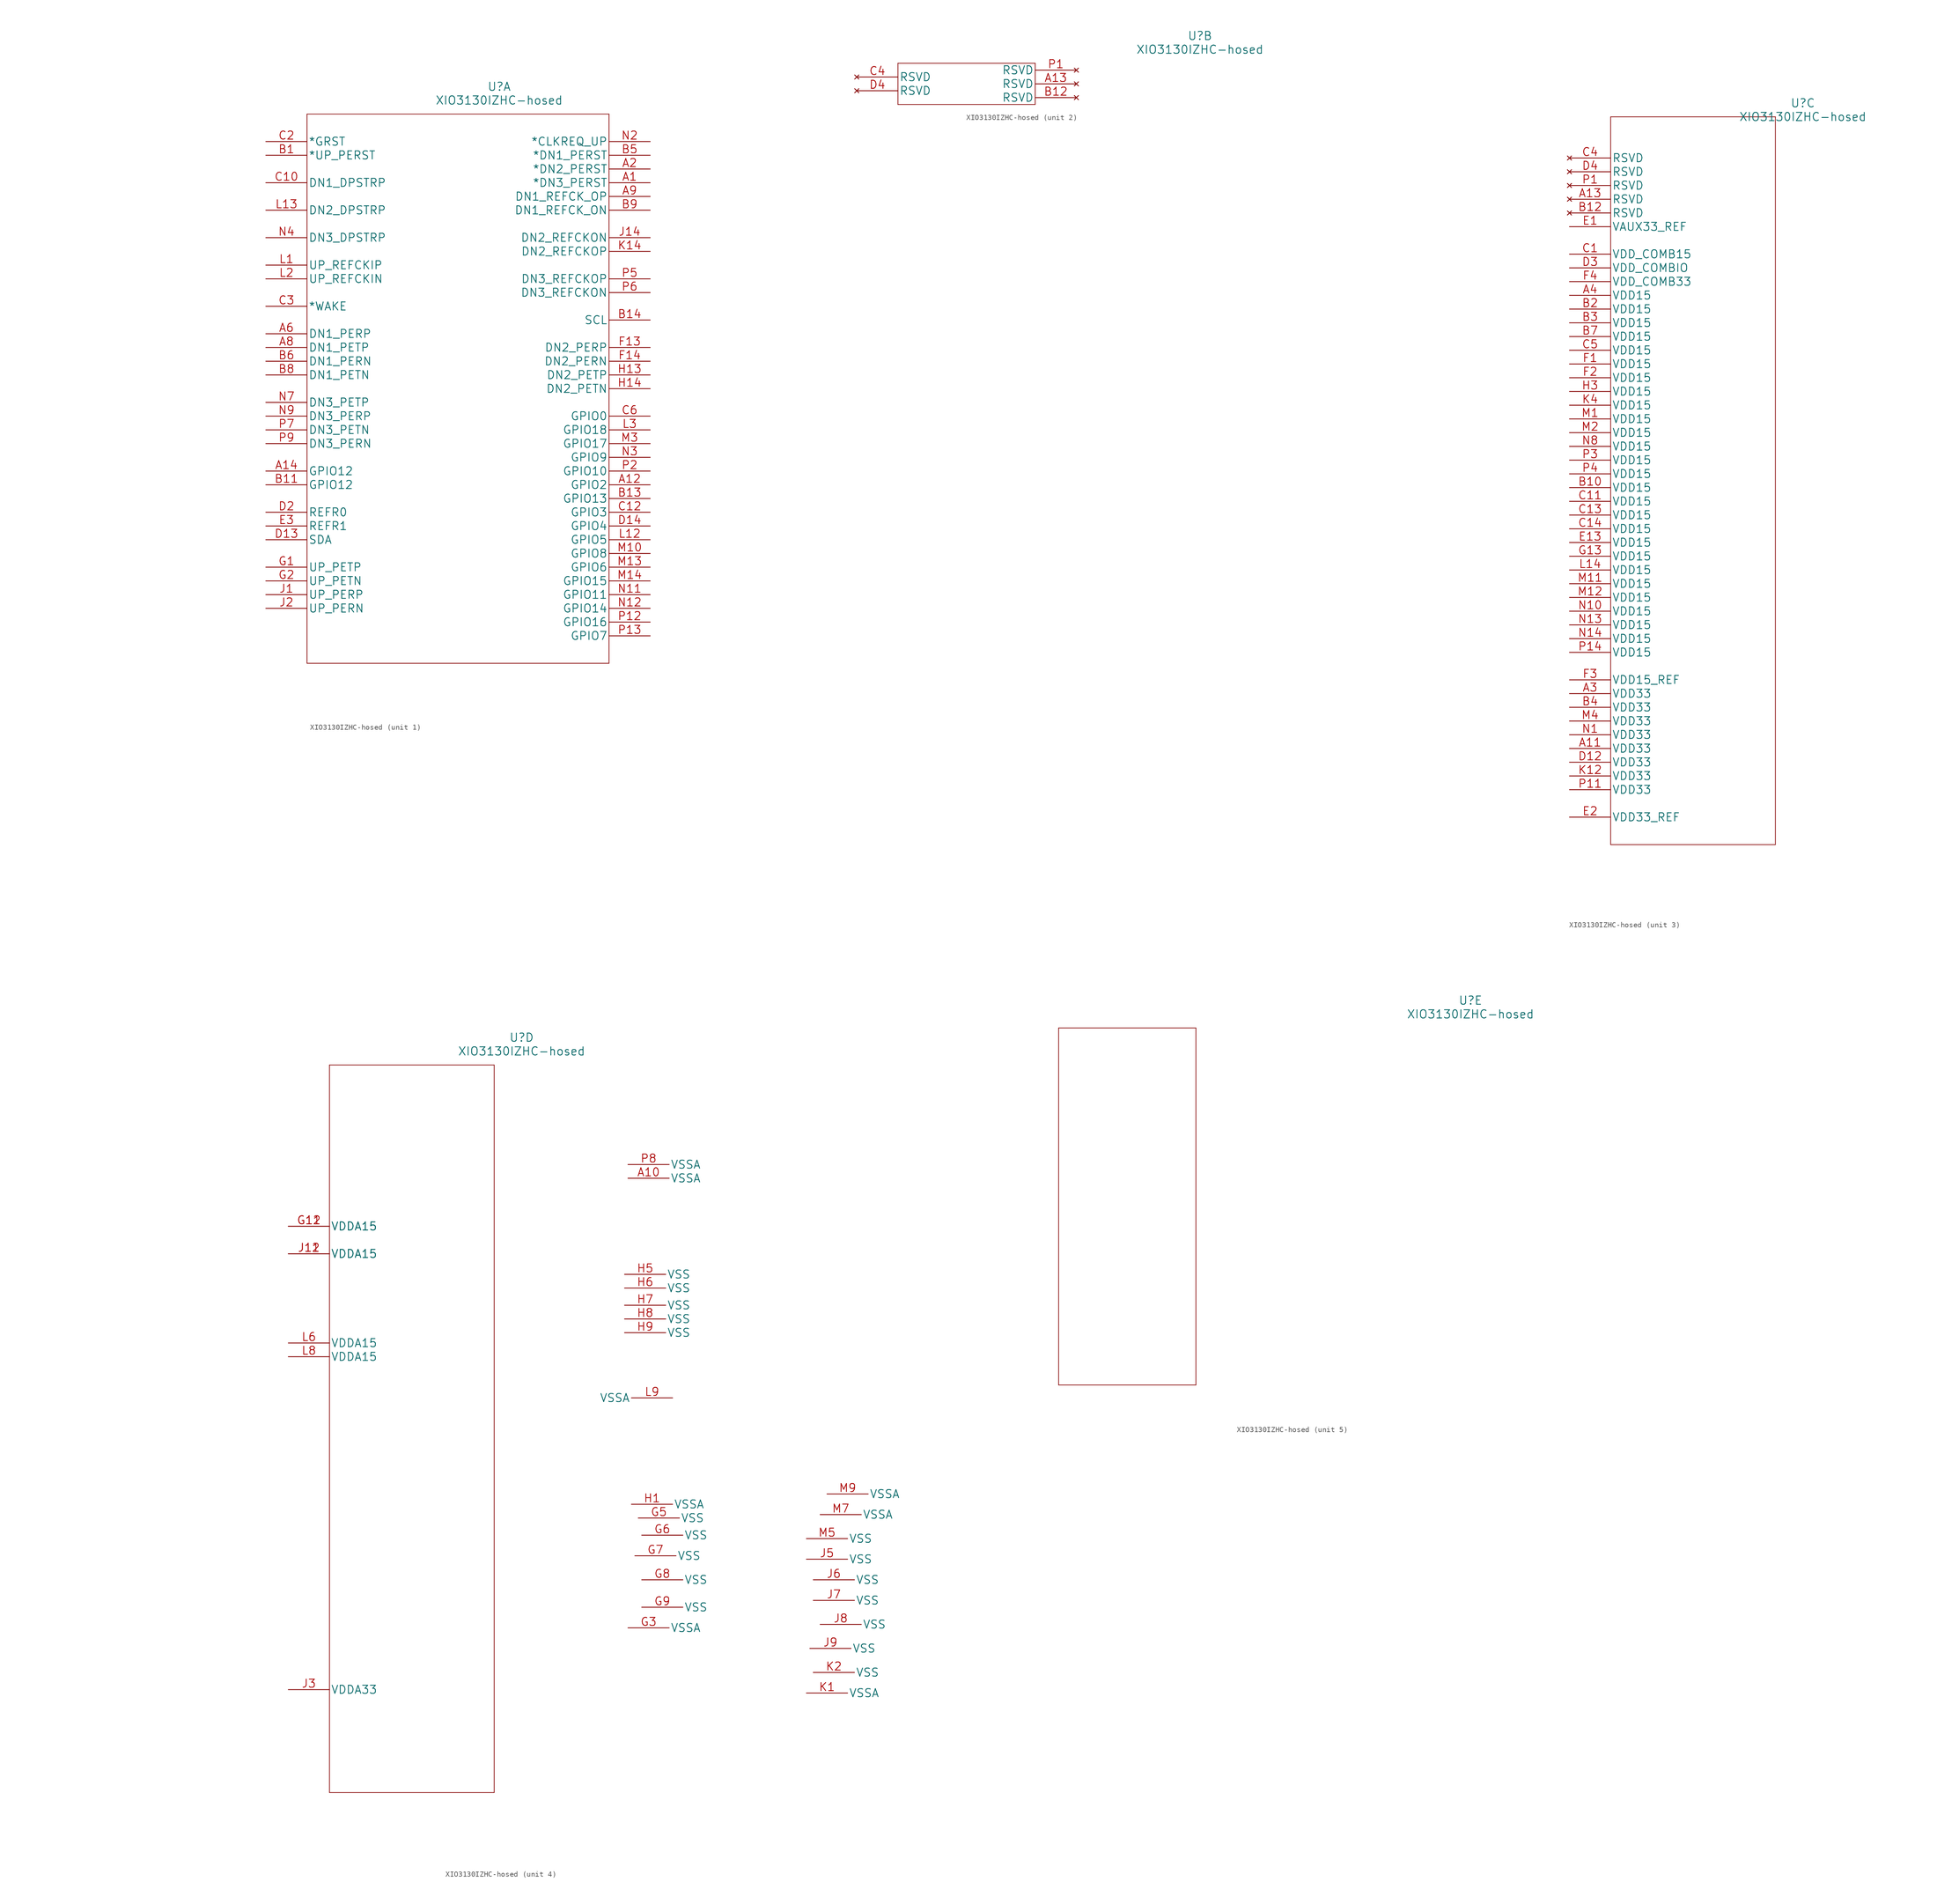
<source format=kicad_sym>
(kicad_symbol_lib
  (version 20201005)
  (generator kicad_symbol_editor)
  (symbol "AP3500:XIO3130IZHC-hosed"
    (pin_names
      (offset 0.254))
    (property "Reference" "U"
      (at 43.18 10.16 0)
      (effects (font (size 1.524 1.524))))
    (property "Value" "XIO3130IZHC-hosed"
      (at 43.18 7.62 0)
      (effects (font (size 1.524 1.524))))
    (property "Datasheet" ""
      (at -34.29 1.27 0)
      (effects (font (size 1.524 1.524))))
    (symbol "XIO3130IZHC-hosed_2_1"
      (polyline (pts (xy -12.7 5.08) (xy -12.7 -2.54)) (stroke (width 0.127)) (fill (type none)))
      (polyline (pts (xy -12.7 -2.54) (xy 12.7 -2.54)) (stroke (width 0.127)) (fill (type none)))
      (polyline (pts (xy 12.7 -2.54) (xy 12.7 5.08)) (stroke (width 0.127)) (fill (type none)))
      (polyline (pts (xy 12.7 5.08) (xy -12.7 5.08)) (stroke (width 0.127)) (fill (type none)))
      (pin unconnected line (at -20.32 2.54 0) (length 7.62) (name "RSVD" (effects (font (size 1.499 1.499)))) (number "C4" (effects (font (size 1.499 1.499)))))
      (pin unconnected line (at -20.32 0 0) (length 7.62) (name "RSVD" (effects (font (size 1.499 1.499)))) (number "D4" (effects (font (size 1.499 1.499)))))
      (pin unconnected line (at 20.32 3.81 180) (length 7.62) (name "RSVD" (effects (font (size 1.499 1.499)))) (number "P1" (effects (font (size 1.499 1.499)))))
      (pin unconnected line (at 20.32 1.27 180) (length 7.62) (name "RSVD" (effects (font (size 1.499 1.499)))) (number "A13" (effects (font (size 1.499 1.499)))))
      (pin unconnected line (at 20.32 -1.27 180) (length 7.62) (name "RSVD" (effects (font (size 1.499 1.499)))) (number "B12" (effects (font (size 1.499 1.499))))))
    (symbol "XIO3130IZHC-hosed_4_1"
      (polyline (pts (xy 7.62 5.08) (xy 7.62 -129.54)) (stroke (width 0.127)) (fill (type none)))
      (polyline (pts (xy 7.62 -129.54) (xy 38.1 -129.54)) (stroke (width 0.127)) (fill (type none)))
      (polyline (pts (xy 38.1 -129.54) (xy 38.1 5.08)) (stroke (width 0.127)) (fill (type none)))
      (polyline (pts (xy 38.1 5.08) (xy 7.62 5.08)) (stroke (width 0.127)) (fill (type none)))
      (pin power_in line (at 62.865 -99.06 0) (length 7.62) (name "VSSA" (effects (font (size 1.499 1.499)))) (number "G3" (effects (font (size 1.499 1.499)))))
      (pin power_in line (at 64.77 -78.74 0) (length 7.62) (name "VSS" (effects (font (size 1.499 1.499)))) (number "G5" (effects (font (size 1.499 1.499)))))
      (pin power_in line (at 65.405 -81.915 0) (length 7.62) (name "VSS" (effects (font (size 1.499 1.499)))) (number "G6" (effects (font (size 1.499 1.499)))))
      (pin power_in line (at 64.135 -85.725 0) (length 7.62) (name "VSS" (effects (font (size 1.499 1.499)))) (number "G7" (effects (font (size 1.499 1.499)))))
      (pin power_in line (at 65.405 -90.17 0) (length 7.62) (name "VSS" (effects (font (size 1.499 1.499)))) (number "G8" (effects (font (size 1.499 1.499)))))
      (pin power_in line (at 65.405 -95.25 0) (length 7.62) (name "VSS" (effects (font (size 1.499 1.499)))) (number "G9" (effects (font (size 1.499 1.499)))))
      (pin power_in line (at 63.5 -76.2 0) (length 7.62) (name "VSSA" (effects (font (size 1.499 1.499)))) (number "H1" (effects (font (size 1.499 1.499)))))
      (pin power_in line (at 62.23 -33.655 0) (length 7.62) (name "VSS" (effects (font (size 1.499 1.499)))) (number "H5" (effects (font (size 1.499 1.499)))))
      (pin power_in line (at 62.23 -36.195 0) (length 7.62) (name "VSS" (effects (font (size 1.499 1.499)))) (number "H6" (effects (font (size 1.499 1.499)))))
      (pin power_in line (at 62.23 -39.37 0) (length 7.62) (name "VSS" (effects (font (size 1.499 1.499)))) (number "H7" (effects (font (size 1.499 1.499)))))
      (pin power_in line (at 62.23 -41.91 0) (length 7.62) (name "VSS" (effects (font (size 1.499 1.499)))) (number "H8" (effects (font (size 1.499 1.499)))))
      (pin power_in line (at 62.23 -44.45 0) (length 7.62) (name "VSS" (effects (font (size 1.499 1.499)))) (number "H9" (effects (font (size 1.499 1.499)))))
      (pin power_in line (at 0 -110.49 0) (length 7.62) (name "VDDA33" (effects (font (size 1.499 1.499)))) (number "J3" (effects (font (size 1.499 1.499)))))
      (pin power_in line (at 95.885 -86.36 0) (length 7.62) (name "VSS" (effects (font (size 1.499 1.499)))) (number "J5" (effects (font (size 1.499 1.499)))))
      (pin power_in line (at 97.155 -90.17 0) (length 7.62) (name "VSS" (effects (font (size 1.499 1.499)))) (number "J6" (effects (font (size 1.499 1.499)))))
      (pin power_in line (at 97.155 -93.98 0) (length 7.62) (name "VSS" (effects (font (size 1.499 1.499)))) (number "J7" (effects (font (size 1.499 1.499)))))
      (pin power_in line (at 98.425 -98.425 0) (length 7.62) (name "VSS" (effects (font (size 1.499 1.499)))) (number "J8" (effects (font (size 1.499 1.499)))))
      (pin power_in line (at 96.52 -102.87 0) (length 7.62) (name "VSS" (effects (font (size 1.499 1.499)))) (number "J9" (effects (font (size 1.499 1.499)))))
      (pin power_in line (at 95.885 -111.125 0) (length 7.62) (name "VSSA" (effects (font (size 1.499 1.499)))) (number "K1" (effects (font (size 1.499 1.499)))))
      (pin power_in line (at 97.155 -107.315 0) (length 7.62) (name "VSS" (effects (font (size 1.499 1.499)))) (number "K2" (effects (font (size 1.499 1.499)))))
      (pin power_in line (at 0 -46.355 0) (length 7.62) (name "VDDA15" (effects (font (size 1.499 1.499)))) (number "L6" (effects (font (size 1.499 1.499)))))
      (pin power_in line (at 0 -48.895 0) (length 7.62) (name "VDDA15" (effects (font (size 1.499 1.499)))) (number "L8" (effects (font (size 1.499 1.499)))))
      (pin power_in line (at 71.12 -56.515 180) (length 7.62) (name "VSSA" (effects (font (size 1.499 1.499)))) (number "L9" (effects (font (size 1.499 1.499)))))
      (pin power_in line (at 95.885 -82.55 0) (length 7.62) (name "VSS" (effects (font (size 1.499 1.499)))) (number "M5" (effects (font (size 1.499 1.499)))))
      (pin power_in line (at 98.425 -78.105 0) (length 7.62) (name "VSSA" (effects (font (size 1.499 1.499)))) (number "M7" (effects (font (size 1.499 1.499)))))
      (pin power_in line (at 99.695 -74.295 0) (length 7.62) (name "VSSA" (effects (font (size 1.499 1.499)))) (number "M9" (effects (font (size 1.499 1.499)))))
      (pin power_in line (at 62.865 -13.335 0) (length 7.62) (name "VSSA" (effects (font (size 1.499 1.499)))) (number "P8" (effects (font (size 1.499 1.499)))))
      (pin power_in line (at 62.865 -15.875 0) (length 7.62) (name "VSSA" (effects (font (size 1.499 1.499)))) (number "A10" (effects (font (size 1.499 1.499)))))
      (pin power_in line (at 0 -24.765 0) (length 7.62) (name "VDDA15" (effects (font (size 1.499 1.499)))) (number "G11" (effects (font (size 1.499 1.499)))))
      (pin power_in line (at 0 -24.765 0) (length 7.62) (name "VDDA15" (effects (font (size 1.499 1.499)))) (number "G12" (effects (font (size 1.499 1.499)))))
      (pin power_in line (at 0 -29.845 0) (length 7.62) (name "VDDA15" (effects (font (size 1.499 1.499)))) (number "J11" (effects (font (size 1.499 1.499)))))
      (pin power_in line (at 0 -29.845 0) (length 7.62) (name "VDDA15" (effects (font (size 1.499 1.499)))) (number "J12" (effects (font (size 1.499 1.499))))))
    (symbol "XIO3130IZHC-hosed_5_1"
      (polyline (pts (xy -33.02 5.08) (xy -33.02 -60.96)) (stroke (width 0.127)) (fill (type none)))
      (polyline (pts (xy -33.02 -60.96) (xy -7.62 -60.96)) (stroke (width 0.127)) (fill (type none)))
      (polyline (pts (xy -7.62 -60.96) (xy -7.62 5.08)) (stroke (width 0.127)) (fill (type none)))
      (polyline (pts (xy -7.62 5.08) (xy -33.02 5.08)) (stroke (width 0.127)) (fill (type none))))
    (symbol "XIO3130IZHC-hosed_1_1"
      (polyline (pts (xy 7.62 5.08) (xy 7.62 -96.52)) (stroke (width 0.127)) (fill (type none)))
      (polyline (pts (xy 7.62 -96.52) (xy 63.5 -96.52)) (stroke (width 0.127)) (fill (type none)))
      (polyline (pts (xy 63.5 -96.52) (xy 63.5 5.08)) (stroke (width 0.127)) (fill (type none)))
      (polyline (pts (xy 63.5 5.08) (xy 7.62 5.08)) (stroke (width 0.127)) (fill (type none)))
      (pin output line (at 71.12 -7.62 180) (length 7.62) (name "*DN3_PERST" (effects (font (size 1.499 1.499)))) (number "A1" (effects (font (size 1.499 1.499)))))
      (pin output line (at 71.12 -5.08 180) (length 7.62) (name "*DN2_PERST" (effects (font (size 1.499 1.499)))) (number "A2" (effects (font (size 1.499 1.499)))))
      (pin unspecified line (at 0 -35.56 0) (length 7.62) (name "DN1_PERP" (effects (font (size 1.499 1.499)))) (number "A6" (effects (font (size 1.499 1.499)))))
      (pin unspecified line (at 0 -38.1 0) (length 7.62) (name "DN1_PETP" (effects (font (size 1.499 1.499)))) (number "A8" (effects (font (size 1.499 1.499)))))
      (pin output line (at 71.12 -10.16 180) (length 7.62) (name "DN1_REFCK_OP" (effects (font (size 1.499 1.499)))) (number "A9" (effects (font (size 1.499 1.499)))))
      (pin input line (at 0 -2.54 0) (length 7.62) (name "*UP_PERST" (effects (font (size 1.499 1.499)))) (number "B1" (effects (font (size 1.499 1.499)))))
      (pin output line (at 71.12 -2.54 180) (length 7.62) (name "*DN1_PERST" (effects (font (size 1.499 1.499)))) (number "B5" (effects (font (size 1.499 1.499)))))
      (pin unspecified line (at 0 -40.64 0) (length 7.62) (name "DN1_PERN" (effects (font (size 1.499 1.499)))) (number "B6" (effects (font (size 1.499 1.499)))))
      (pin unspecified line (at 0 -43.18 0) (length 7.62) (name "DN1_PETN" (effects (font (size 1.499 1.499)))) (number "B8" (effects (font (size 1.499 1.499)))))
      (pin output line (at 71.12 -12.7 180) (length 7.62) (name "DN1_REFCK_ON" (effects (font (size 1.499 1.499)))) (number "B9" (effects (font (size 1.499 1.499)))))
      (pin input line (at 0 0 0) (length 7.62) (name "*GRST" (effects (font (size 1.499 1.499)))) (number "C2" (effects (font (size 1.499 1.499)))))
      (pin unspecified line (at 0 -30.48 0) (length 7.62) (name "*WAKE" (effects (font (size 1.499 1.499)))) (number "C3" (effects (font (size 1.499 1.499)))))
      (pin bidirectional line (at 71.12 -50.8 180) (length 7.62) (name "GPIO0" (effects (font (size 1.499 1.499)))) (number "C6" (effects (font (size 1.499 1.499)))))
      (pin unspecified line (at 0 -68.58 0) (length 7.62) (name "REFR0" (effects (font (size 1.499 1.499)))) (number "D2" (effects (font (size 1.499 1.499)))))
      (pin unspecified line (at 0 -71.12 0) (length 7.62) (name "REFR1" (effects (font (size 1.499 1.499)))) (number "E3" (effects (font (size 1.499 1.499)))))
      (pin unspecified line (at 0 -78.74 0) (length 7.62) (name "UP_PETP" (effects (font (size 1.499 1.499)))) (number "G1" (effects (font (size 1.499 1.499)))))
      (pin unspecified line (at 0 -81.28 0) (length 7.62) (name "UP_PETN" (effects (font (size 1.499 1.499)))) (number "G2" (effects (font (size 1.499 1.499)))))
      (pin unspecified line (at 0 -83.82 0) (length 7.62) (name "UP_PERP" (effects (font (size 1.499 1.499)))) (number "J1" (effects (font (size 1.499 1.499)))))
      (pin unspecified line (at 0 -86.36 0) (length 7.62) (name "UP_PERN" (effects (font (size 1.499 1.499)))) (number "J2" (effects (font (size 1.499 1.499)))))
      (pin input line (at 0 -22.86 0) (length 7.62) (name "UP_REFCKIP" (effects (font (size 1.499 1.499)))) (number "L1" (effects (font (size 1.499 1.499)))))
      (pin input line (at 0 -25.4 0) (length 7.62) (name "UP_REFCKIN" (effects (font (size 1.499 1.499)))) (number "L2" (effects (font (size 1.499 1.499)))))
      (pin bidirectional line (at 71.12 -53.34 180) (length 7.62) (name "GPIO18" (effects (font (size 1.499 1.499)))) (number "L3" (effects (font (size 1.499 1.499)))))
      (pin bidirectional line (at 71.12 -55.88 180) (length 7.62) (name "GPIO17" (effects (font (size 1.499 1.499)))) (number "M3" (effects (font (size 1.499 1.499)))))
      (pin output line (at 71.12 0 180) (length 7.62) (name "*CLKREQ_UP" (effects (font (size 1.499 1.499)))) (number "N2" (effects (font (size 1.499 1.499)))))
      (pin bidirectional line (at 71.12 -58.42 180) (length 7.62) (name "GPIO9" (effects (font (size 1.499 1.499)))) (number "N3" (effects (font (size 1.499 1.499)))))
      (pin input line (at 0 -17.78 0) (length 7.62) (name "DN3_DPSTRP" (effects (font (size 1.499 1.499)))) (number "N4" (effects (font (size 1.499 1.499)))))
      (pin unspecified line (at 0 -48.26 0) (length 7.62) (name "DN3_PETP" (effects (font (size 1.499 1.499)))) (number "N7" (effects (font (size 1.499 1.499)))))
      (pin unspecified line (at 0 -50.8 0) (length 7.62) (name "DN3_PERP" (effects (font (size 1.499 1.499)))) (number "N9" (effects (font (size 1.499 1.499)))))
      (pin bidirectional line (at 71.12 -60.96 180) (length 7.62) (name "GPIO10" (effects (font (size 1.499 1.499)))) (number "P2" (effects (font (size 1.499 1.499)))))
      (pin output line (at 71.12 -25.4 180) (length 7.62) (name "DN3_REFCKOP" (effects (font (size 1.499 1.499)))) (number "P5" (effects (font (size 1.499 1.499)))))
      (pin output line (at 71.12 -27.94 180) (length 7.62) (name "DN3_REFCKON" (effects (font (size 1.499 1.499)))) (number "P6" (effects (font (size 1.499 1.499)))))
      (pin unspecified line (at 0 -53.34 0) (length 7.62) (name "DN3_PETN" (effects (font (size 1.499 1.499)))) (number "P7" (effects (font (size 1.499 1.499)))))
      (pin unspecified line (at 0 -55.88 0) (length 7.62) (name "DN3_PERN" (effects (font (size 1.499 1.499)))) (number "P9" (effects (font (size 1.499 1.499)))))
      (pin bidirectional line (at 71.12 -63.5 180) (length 7.62) (name "GPIO2" (effects (font (size 1.499 1.499)))) (number "A12" (effects (font (size 1.499 1.499)))))
      (pin bidirectional line (at 0 -60.96 0) (length 7.62) (name "GPIO12" (effects (font (size 1.499 1.499)))) (number "A14" (effects (font (size 1.499 1.499)))))
      (pin bidirectional line (at 0 -63.5 0) (length 7.62) (name "GPIO12" (effects (font (size 1.499 1.499)))) (number "B11" (effects (font (size 1.499 1.499)))))
      (pin bidirectional line (at 71.12 -66.04 180) (length 7.62) (name "GPIO13" (effects (font (size 1.499 1.499)))) (number "B13" (effects (font (size 1.499 1.499)))))
      (pin output line (at 71.12 -33.02 180) (length 7.62) (name "SCL" (effects (font (size 1.499 1.499)))) (number "B14" (effects (font (size 1.499 1.499)))))
      (pin input line (at 0 -7.62 0) (length 7.62) (name "DN1_DPSTRP" (effects (font (size 1.499 1.499)))) (number "C10" (effects (font (size 1.499 1.499)))))
      (pin bidirectional line (at 71.12 -68.58 180) (length 7.62) (name "GPIO3" (effects (font (size 1.499 1.499)))) (number "C12" (effects (font (size 1.499 1.499)))))
      (pin bidirectional line (at 0 -73.66 0) (length 7.62) (name "SDA" (effects (font (size 1.499 1.499)))) (number "D13" (effects (font (size 1.499 1.499)))))
      (pin bidirectional line (at 71.12 -71.12 180) (length 7.62) (name "GPIO4" (effects (font (size 1.499 1.499)))) (number "D14" (effects (font (size 1.499 1.499)))))
      (pin unspecified line (at 71.12 -38.1 180) (length 7.62) (name "DN2_PERP" (effects (font (size 1.499 1.499)))) (number "F13" (effects (font (size 1.499 1.499)))))
      (pin unspecified line (at 71.12 -40.64 180) (length 7.62) (name "DN2_PERN" (effects (font (size 1.499 1.499)))) (number "F14" (effects (font (size 1.499 1.499)))))
      (pin unspecified line (at 71.12 -43.18 180) (length 7.62) (name "DN2_PETP" (effects (font (size 1.499 1.499)))) (number "H13" (effects (font (size 1.499 1.499)))))
      (pin unspecified line (at 71.12 -45.72 180) (length 7.62) (name "DN2_PETN" (effects (font (size 1.499 1.499)))) (number "H14" (effects (font (size 1.499 1.499)))))
      (pin output line (at 71.12 -17.78 180) (length 7.62) (name "DN2_REFCKON" (effects (font (size 1.499 1.499)))) (number "J14" (effects (font (size 1.499 1.499)))))
      (pin output line (at 71.12 -20.32 180) (length 7.62) (name "DN2_REFCKOP" (effects (font (size 1.499 1.499)))) (number "K14" (effects (font (size 1.499 1.499)))))
      (pin bidirectional line (at 71.12 -73.66 180) (length 7.62) (name "GPIO5" (effects (font (size 1.499 1.499)))) (number "L12" (effects (font (size 1.499 1.499)))))
      (pin input line (at 0 -12.7 0) (length 7.62) (name "DN2_DPSTRP" (effects (font (size 1.499 1.499)))) (number "L13" (effects (font (size 1.499 1.499)))))
      (pin bidirectional line (at 71.12 -76.2 180) (length 7.62) (name "GPIO8" (effects (font (size 1.499 1.499)))) (number "M10" (effects (font (size 1.499 1.499)))))
      (pin bidirectional line (at 71.12 -78.74 180) (length 7.62) (name "GPIO6" (effects (font (size 1.499 1.499)))) (number "M13" (effects (font (size 1.499 1.499)))))
      (pin bidirectional line (at 71.12 -81.28 180) (length 7.62) (name "GPIO15" (effects (font (size 1.499 1.499)))) (number "M14" (effects (font (size 1.499 1.499)))))
      (pin bidirectional line (at 71.12 -83.82 180) (length 7.62) (name "GPIO11" (effects (font (size 1.499 1.499)))) (number "N11" (effects (font (size 1.499 1.499)))))
      (pin bidirectional line (at 71.12 -86.36 180) (length 7.62) (name "GPIO14" (effects (font (size 1.499 1.499)))) (number "N12" (effects (font (size 1.499 1.499)))))
      (pin bidirectional line (at 71.12 -88.9 180) (length 7.62) (name "GPIO16" (effects (font (size 1.499 1.499)))) (number "P12" (effects (font (size 1.499 1.499)))))
      (pin bidirectional line (at 71.12 -91.44 180) (length 7.62) (name "GPIO7" (effects (font (size 1.499 1.499)))) (number "P13" (effects (font (size 1.499 1.499))))))
    (symbol "XIO3130IZHC-hosed_3_1"
      (polyline (pts (xy 7.62 7.62) (xy 7.62 -127)) (stroke (width 0.127)) (fill (type none)))
      (polyline (pts (xy 7.62 -127) (xy 38.1 -127)) (stroke (width 0.127)) (fill (type none)))
      (polyline (pts (xy 38.1 -127) (xy 38.1 7.62)) (stroke (width 0.127)) (fill (type none)))
      (polyline (pts (xy 38.1 7.62) (xy 7.62 7.62)) (stroke (width 0.127)) (fill (type none)))
      (pin power_in line (at 0 -99.06 0) (length 7.62) (name "VDD33" (effects (font (size 1.499 1.499)))) (number "A3" (effects (font (size 1.499 1.499)))))
      (pin power_in line (at 0 -25.4 0) (length 7.62) (name "VDD15" (effects (font (size 1.499 1.499)))) (number "A4" (effects (font (size 1.499 1.499)))))
      (pin power_in line (at 0 -27.94 0) (length 7.62) (name "VDD15" (effects (font (size 1.499 1.499)))) (number "B2" (effects (font (size 1.499 1.499)))))
      (pin power_in line (at 0 -30.48 0) (length 7.62) (name "VDD15" (effects (font (size 1.499 1.499)))) (number "B3" (effects (font (size 1.499 1.499)))))
      (pin power_in line (at 0 -101.6 0) (length 7.62) (name "VDD33" (effects (font (size 1.499 1.499)))) (number "B4" (effects (font (size 1.499 1.499)))))
      (pin power_in line (at 0 -33.02 0) (length 7.62) (name "VDD15" (effects (font (size 1.499 1.499)))) (number "B7" (effects (font (size 1.499 1.499)))))
      (pin power_in line (at 0 -17.78 0) (length 7.62) (name "VDD_COMB15" (effects (font (size 1.499 1.499)))) (number "C1" (effects (font (size 1.499 1.499)))))
      (pin unconnected line (at 0 0 0) (length 7.62) (name "RSVD" (effects (font (size 1.499 1.499)))) (number "C4" (effects (font (size 1.499 1.499)))))
      (pin power_in line (at 0 -35.56 0) (length 7.62) (name "VDD15" (effects (font (size 1.499 1.499)))) (number "C5" (effects (font (size 1.499 1.499)))))
      (pin power_in line (at 0 -20.32 0) (length 7.62) (name "VDD_COMBIO" (effects (font (size 1.499 1.499)))) (number "D3" (effects (font (size 1.499 1.499)))))
      (pin unconnected line (at 0 -2.54 0) (length 7.62) (name "RSVD" (effects (font (size 1.499 1.499)))) (number "D4" (effects (font (size 1.499 1.499)))))
      (pin power_in line (at 0 -12.7 0) (length 7.62) (name "VAUX33_REF" (effects (font (size 1.499 1.499)))) (number "E1" (effects (font (size 1.499 1.499)))))
      (pin power_in line (at 0 -121.92 0) (length 7.62) (name "VDD33_REF" (effects (font (size 1.499 1.499)))) (number "E2" (effects (font (size 1.499 1.499)))))
      (pin power_in line (at 0 -38.1 0) (length 7.62) (name "VDD15" (effects (font (size 1.499 1.499)))) (number "F1" (effects (font (size 1.499 1.499)))))
      (pin power_in line (at 0 -40.64 0) (length 7.62) (name "VDD15" (effects (font (size 1.499 1.499)))) (number "F2" (effects (font (size 1.499 1.499)))))
      (pin power_in line (at 0 -96.52 0) (length 7.62) (name "VDD15_REF" (effects (font (size 1.499 1.499)))) (number "F3" (effects (font (size 1.499 1.499)))))
      (pin power_in line (at 0 -22.86 0) (length 7.62) (name "VDD_COMB33" (effects (font (size 1.499 1.499)))) (number "F4" (effects (font (size 1.499 1.499)))))
      (pin power_in line (at 0 -43.18 0) (length 7.62) (name "VDD15" (effects (font (size 1.499 1.499)))) (number "H3" (effects (font (size 1.499 1.499)))))
      (pin power_in line (at 0 -45.72 0) (length 7.62) (name "VDD15" (effects (font (size 1.499 1.499)))) (number "K4" (effects (font (size 1.499 1.499)))))
      (pin power_in line (at 0 -48.26 0) (length 7.62) (name "VDD15" (effects (font (size 1.499 1.499)))) (number "M1" (effects (font (size 1.499 1.499)))))
      (pin power_in line (at 0 -50.8 0) (length 7.62) (name "VDD15" (effects (font (size 1.499 1.499)))) (number "M2" (effects (font (size 1.499 1.499)))))
      (pin power_in line (at 0 -104.14 0) (length 7.62) (name "VDD33" (effects (font (size 1.499 1.499)))) (number "M4" (effects (font (size 1.499 1.499)))))
      (pin power_in line (at 0 -106.68 0) (length 7.62) (name "VDD33" (effects (font (size 1.499 1.499)))) (number "N1" (effects (font (size 1.499 1.499)))))
      (pin power_in line (at 0 -53.34 0) (length 7.62) (name "VDD15" (effects (font (size 1.499 1.499)))) (number "N8" (effects (font (size 1.499 1.499)))))
      (pin unconnected line (at 0 -5.08 0) (length 7.62) (name "RSVD" (effects (font (size 1.499 1.499)))) (number "P1" (effects (font (size 1.499 1.499)))))
      (pin power_in line (at 0 -55.88 0) (length 7.62) (name "VDD15" (effects (font (size 1.499 1.499)))) (number "P3" (effects (font (size 1.499 1.499)))))
      (pin power_in line (at 0 -58.42 0) (length 7.62) (name "VDD15" (effects (font (size 1.499 1.499)))) (number "P4" (effects (font (size 1.499 1.499)))))
      (pin power_in line (at 0 -109.22 0) (length 7.62) (name "VDD33" (effects (font (size 1.499 1.499)))) (number "A11" (effects (font (size 1.499 1.499)))))
      (pin unconnected line (at 0 -7.62 0) (length 7.62) (name "RSVD" (effects (font (size 1.499 1.499)))) (number "A13" (effects (font (size 1.499 1.499)))))
      (pin power_in line (at 0 -60.96 0) (length 7.62) (name "VDD15" (effects (font (size 1.499 1.499)))) (number "B10" (effects (font (size 1.499 1.499)))))
      (pin unconnected line (at 0 -10.16 0) (length 7.62) (name "RSVD" (effects (font (size 1.499 1.499)))) (number "B12" (effects (font (size 1.499 1.499)))))
      (pin power_in line (at 0 -63.5 0) (length 7.62) (name "VDD15" (effects (font (size 1.499 1.499)))) (number "C11" (effects (font (size 1.499 1.499)))))
      (pin power_in line (at 0 -66.04 0) (length 7.62) (name "VDD15" (effects (font (size 1.499 1.499)))) (number "C13" (effects (font (size 1.499 1.499)))))
      (pin power_in line (at 0 -68.58 0) (length 7.62) (name "VDD15" (effects (font (size 1.499 1.499)))) (number "C14" (effects (font (size 1.499 1.499)))))
      (pin power_in line (at 0 -111.76 0) (length 7.62) (name "VDD33" (effects (font (size 1.499 1.499)))) (number "D12" (effects (font (size 1.499 1.499)))))
      (pin power_in line (at 0 -71.12 0) (length 7.62) (name "VDD15" (effects (font (size 1.499 1.499)))) (number "E13" (effects (font (size 1.499 1.499)))))
      (pin power_in line (at 0 -73.66 0) (length 7.62) (name "VDD15" (effects (font (size 1.499 1.499)))) (number "G13" (effects (font (size 1.499 1.499)))))
      (pin power_in line (at 0 -114.3 0) (length 7.62) (name "VDD33" (effects (font (size 1.499 1.499)))) (number "K12" (effects (font (size 1.499 1.499)))))
      (pin power_in line (at 0 -76.2 0) (length 7.62) (name "VDD15" (effects (font (size 1.499 1.499)))) (number "L14" (effects (font (size 1.499 1.499)))))
      (pin power_in line (at 0 -78.74 0) (length 7.62) (name "VDD15" (effects (font (size 1.499 1.499)))) (number "M11" (effects (font (size 1.499 1.499)))))
      (pin power_in line (at 0 -81.28 0) (length 7.62) (name "VDD15" (effects (font (size 1.499 1.499)))) (number "M12" (effects (font (size 1.499 1.499)))))
      (pin power_in line (at 0 -83.82 0) (length 7.62) (name "VDD15" (effects (font (size 1.499 1.499)))) (number "N10" (effects (font (size 1.499 1.499)))))
      (pin power_in line (at 0 -86.36 0) (length 7.62) (name "VDD15" (effects (font (size 1.499 1.499)))) (number "N13" (effects (font (size 1.499 1.499)))))
      (pin power_in line (at 0 -88.9 0) (length 7.62) (name "VDD15" (effects (font (size 1.499 1.499)))) (number "N14" (effects (font (size 1.499 1.499)))))
      (pin power_in line (at 0 -116.84 0) (length 7.62) (name "VDD33" (effects (font (size 1.499 1.499)))) (number "P11" (effects (font (size 1.499 1.499)))))
      (pin power_in line (at 0 -91.44 0) (length 7.62) (name "VDD15" (effects (font (size 1.499 1.499)))) (number "P14" (effects (font (size 1.499 1.499))))))))
</source>
